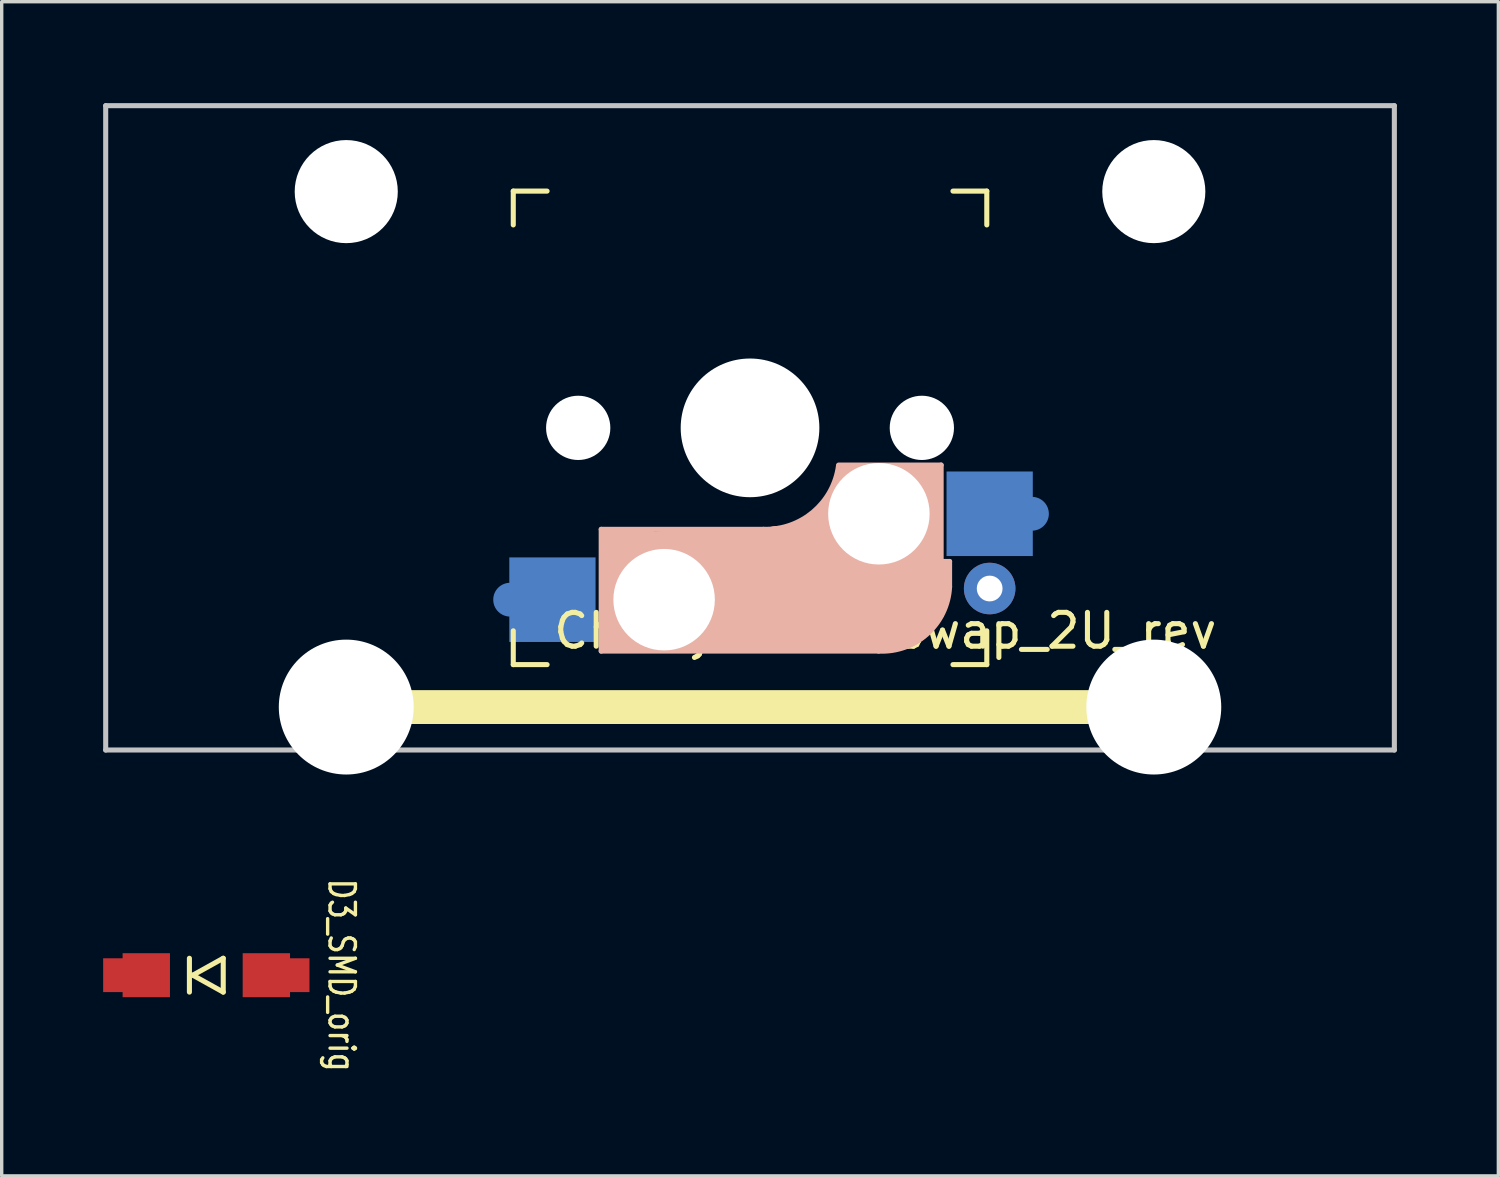
<source format=kicad_pcb>
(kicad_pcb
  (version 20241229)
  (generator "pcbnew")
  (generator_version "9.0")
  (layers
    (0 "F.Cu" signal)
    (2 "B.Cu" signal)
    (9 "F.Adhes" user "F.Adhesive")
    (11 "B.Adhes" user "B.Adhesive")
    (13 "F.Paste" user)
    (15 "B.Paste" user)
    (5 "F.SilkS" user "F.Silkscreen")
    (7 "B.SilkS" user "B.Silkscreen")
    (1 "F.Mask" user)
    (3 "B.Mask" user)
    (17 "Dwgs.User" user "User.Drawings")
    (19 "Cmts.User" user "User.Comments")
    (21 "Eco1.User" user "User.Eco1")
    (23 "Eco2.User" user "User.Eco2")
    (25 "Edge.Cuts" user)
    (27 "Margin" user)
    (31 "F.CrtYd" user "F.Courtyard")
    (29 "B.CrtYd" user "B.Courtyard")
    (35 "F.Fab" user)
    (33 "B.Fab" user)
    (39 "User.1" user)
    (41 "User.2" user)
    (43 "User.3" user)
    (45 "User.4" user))
  (footprint "CherryMX_Hotswap_2U_rev"
    (layer "F.Cu")
    (at 19.125 9.6)
    (property "Reference" "CherryMX_Hotswap_2U_rev" (at 4 6 0) (layer "F.SilkS") (effects (font (size 1 1) (thickness 0.15))))
    (attr through_hole)
    (fp_line (start -10 8.255) (end 10 8.255) (stroke (width 1) (type solid)) (layer "F.SilkS"))
    (fp_line (start -7 -7) (end -6 -7) (stroke (width 0.15) (type solid)) (layer "F.SilkS"))
    (fp_line (start -7 -6) (end -7 -7) (stroke (width 0.15) (type solid)) (layer "F.SilkS"))
    (fp_line (start -7 6) (end -7 7) (stroke (width 0.15) (type solid)) (layer "F.SilkS"))
    (fp_line (start -7 7) (end -6 7) (stroke (width 0.15) (type solid)) (layer "F.SilkS"))
    (fp_line (start 6 7) (end 7 7) (stroke (width 0.15) (type solid)) (layer "F.SilkS"))
    (fp_line (start 7 -7) (end 6 -7) (stroke (width 0.15) (type solid)) (layer "F.SilkS"))
    (fp_line (start 7 -7) (end 7 -6) (stroke (width 0.15) (type solid)) (layer "F.SilkS"))
    (fp_line (start 7 7) (end 7 6) (stroke (width 0.15) (type solid)) (layer "F.SilkS"))
    (fp_line (start -4.4 3) (end -4.4 6.6) (stroke (width 0.15) (type solid)) (layer "B.SilkS"))
    (fp_line (start -4.4 6.6) (end 3.8 6.6) (stroke (width 0.15) (type solid)) (layer "B.SilkS"))
    (fp_line (start -4.38 4) (end -4.38 6.25) (stroke (width 0.15) (type solid)) (layer "B.SilkS"))
    (fp_line (start -4.25 6.4) (end -3 6.4) (stroke (width 0.4) (type solid)) (layer "B.SilkS"))
    (fp_line (start -4.2 3.25) (end -2.9 3.3) (stroke (width 0.5) (type solid)) (layer "B.SilkS"))
    (fp_line (start -3.9 6) (end -3.9 3.5) (stroke (width 1) (type solid)) (layer "B.SilkS"))
    (fp_line (start -2.6 4.8) (end 4.1 4.8) (stroke (width 3.5) (type solid)) (layer "B.SilkS"))
    (fp_line (start 0.4 3) (end -4.4 3) (stroke (width 0.15) (type solid)) (layer "B.SilkS"))
    (fp_line (start 4.17 5.1) (end 4.17 2.86) (stroke (width 3) (type solid)) (layer "B.SilkS"))
    (fp_line (start 5.3 1.6) (end 5.3 3.4) (stroke (width 0.8) (type solid)) (layer "B.SilkS"))
    (fp_line (start 5.45 1.3) (end 3 1.3) (stroke (width 0.5) (type solid)) (layer "B.SilkS"))
    (fp_line (start 5.65 1.1) (end 2.62 1.1) (stroke (width 0.15) (type solid)) (layer "B.SilkS"))
    (fp_line (start 5.65 5.55) (end 5.65 1.1) (stroke (width 0.15) (type solid)) (layer "B.SilkS"))
    (fp_line (start 5.8 4.05) (end 5.8 4.7) (stroke (width 0.3) (type solid)) (layer "B.SilkS"))
    (fp_line (start 5.9 3.95) (end 5.7 3.95) (stroke (width 0.15) (type solid)) (layer "B.SilkS"))
    (fp_line (start 5.9 4.7) (end 5.9 3.95) (stroke (width 0.15) (type solid)) (layer "B.SilkS"))
    (fp_arc (start 2.616318 1.121471) (mid 1.868709 2.486118) (end 0.4 3) (stroke (width 0.15) (type solid)) (layer "B.SilkS"))
    (fp_arc (start 2.99603 1.549409) (mid 2.241598 2.895205) (end 0.783682 3.4) (stroke (width 1) (type solid)) (layer "B.SilkS"))
    (fp_arc (start 5.9 4.699999) (mid 5.243504 6.084924) (end 3.800001 6.6) (stroke (width 0.15) (type solid)) (layer "B.SilkS"))
    (fp_line (start -19.05 -9.525) (end 19.05 -9.525) (stroke (width 0.15) (type solid)) (layer "Dwgs.User"))
    (fp_line (start -19.05 9.525) (end -19.05 -9.525) (stroke (width 0.15) (type solid)) (layer "Dwgs.User"))
    (fp_line (start -19.05 9.525) (end 19.05 9.525) (stroke (width 0.15) (type solid)) (layer "Dwgs.User"))
    (fp_line (start 19.05 -9.525) (end 19.05 9.525) (stroke (width 0.15) (type solid)) (layer "Dwgs.User"))
    (fp_line (start -16.096 -2.298) (end -16.096 0.501) (stroke (width 0.1) (type solid)) (layer "Eco1.User"))
    (fp_line (start -16.096 0.501) (end -15.27 0.501) (stroke (width 0.1) (type solid)) (layer "Eco1.User"))
    (fp_line (start -15.27 -5.528) (end -15.27 -2.298) (stroke (width 0.1) (type solid)) (layer "Eco1.User"))
    (fp_line (start -15.27 -2.298) (end -16.096 -2.298) (stroke (width 0.1) (type solid)) (layer "Eco1.User"))
    (fp_line (start -15.27 0.501) (end -15.27 6.771) (stroke (width 0.1) (type solid)) (layer "Eco1.User"))
    (fp_line (start -15.27 6.771) (end -13.545 6.771) (stroke (width 0.1) (type solid)) (layer "Eco1.User"))
    (fp_line (start -13.545 -6.45) (end -13.545 -5.528) (stroke (width 0.1) (type solid)) (layer "Eco1.User"))
    (fp_line (start -13.545 -5.528) (end -15.27 -5.528) (stroke (width 0.1) (type solid)) (layer "Eco1.User"))
    (fp_line (start -13.545 6.771) (end -13.545 7.752) (stroke (width 0.1) (type solid)) (layer "Eco1.User"))
    (fp_line (start -13.545 7.752) (end -10.246 7.752) (stroke (width 0.1) (type solid)) (layer "Eco1.User"))
    (fp_line (start -10.246 -6.45) (end -13.545 -6.45) (stroke (width 0.1) (type solid)) (layer "Eco1.User"))
    (fp_line (start -10.246 -5.528) (end -10.246 -6.45) (stroke (width 0.1) (type solid)) (layer "Eco1.User"))
    (fp_line (start -10.246 6.771) (end -8.521 6.771) (stroke (width 0.1) (type solid)) (layer "Eco1.User"))
    (fp_line (start -10.246 7.752) (end -10.246 6.771) (stroke (width 0.1) (type solid)) (layer "Eco1.User"))
    (fp_line (start -8.521 -5.528) (end -10.246 -5.528) (stroke (width 0.1) (type solid)) (layer "Eco1.User"))
    (fp_line (start -8.521 -2.298) (end -8.521 -5.528) (stroke (width 0.1) (type solid)) (layer "Eco1.User"))
    (fp_line (start -8.521 2.302) (end -6.995 2.302) (stroke (width 0.1) (type solid)) (layer "Eco1.User"))
    (fp_line (start -8.521 6.771) (end -8.521 2.302) (stroke (width 0.1) (type solid)) (layer "Eco1.User"))
    (fp_line (start -6.995 -6.998) (end -6.995 -2.298) (stroke (width 0.1) (type solid)) (layer "Eco1.User"))
    (fp_line (start -6.995 -2.298) (end -8.521 -2.298) (stroke (width 0.1) (type solid)) (layer "Eco1.User"))
    (fp_line (start -6.995 2.302) (end -6.995 7.001) (stroke (width 0.1) (type solid)) (layer "Eco1.User"))
    (fp_line (start -6.995 7.001) (end 7.004 7.001) (stroke (width 0.1) (type solid)) (layer "Eco1.User"))
    (fp_line (start 7.004 -6.998) (end -6.995 -6.998) (stroke (width 0.1) (type solid)) (layer "Eco1.User"))
    (fp_line (start 7.004 -2.298) (end 7.004 -6.998) (stroke (width 0.1) (type solid)) (layer "Eco1.User"))
    (fp_line (start 7.004 2.302) (end 8.53 2.302) (stroke (width 0.1) (type solid)) (layer "Eco1.User"))
    (fp_line (start 7.004 7.001) (end 2.305 7.001) (stroke (width 0.1) (type solid)) (layer "Eco1.User"))
    (fp_line (start 8.53 -5.528) (end 8.53 -2.298) (stroke (width 0.1) (type solid)) (layer "Eco1.User"))
    (fp_line (start 8.53 -2.298) (end 7.004 -2.298) (stroke (width 0.1) (type solid)) (layer "Eco1.User"))
    (fp_line (start 8.53 2.302) (end 8.53 6.771) (stroke (width 0.1) (type solid)) (layer "Eco1.User"))
    (fp_line (start 8.53 6.771) (end 10.255 6.771) (stroke (width 0.1) (type solid)) (layer "Eco1.User"))
    (fp_line (start 10.255 -6.45) (end 10.255 -5.528) (stroke (width 0.1) (type solid)) (layer "Eco1.User"))
    (fp_line (start 10.255 -5.528) (end 8.53 -5.528) (stroke (width 0.1) (type solid)) (layer "Eco1.User"))
    (fp_line (start 10.255 6.771) (end 10.255 7.752) (stroke (width 0.1) (type solid)) (layer "Eco1.User"))
    (fp_line (start 10.255 7.752) (end 13.554 7.752) (stroke (width 0.1) (type solid)) (layer "Eco1.User"))
    (fp_line (start 13.554 -6.45) (end 10.255 -6.45) (stroke (width 0.1) (type solid)) (layer "Eco1.User"))
    (fp_line (start 13.554 -5.528) (end 13.554 -6.45) (stroke (width 0.1) (type solid)) (layer "Eco1.User"))
    (fp_line (start 13.554 6.771) (end 15.279 6.771) (stroke (width 0.1) (type solid)) (layer "Eco1.User"))
    (fp_line (start 13.554 7.752) (end 13.554 6.771) (stroke (width 0.1) (type solid)) (layer "Eco1.User"))
    (fp_line (start 15.279 -5.528) (end 13.554 -5.528) (stroke (width 0.1) (type solid)) (layer "Eco1.User"))
    (fp_line (start 15.279 -2.298) (end 15.279 -5.528) (stroke (width 0.1) (type solid)) (layer "Eco1.User"))
    (fp_line (start 15.279 0.501) (end 16.105 0.501) (stroke (width 0.1) (type solid)) (layer "Eco1.User"))
    (fp_line (start 15.279 6.771) (end 15.279 0.501) (stroke (width 0.1) (type solid)) (layer "Eco1.User"))
    (fp_line (start 16.105 -2.298) (end 15.279 -2.298) (stroke (width 0.1) (type solid)) (layer "Eco1.User"))
    (fp_line (start 16.105 0.501) (end 16.105 -2.298) (stroke (width 0.1) (type solid)) (layer "Eco1.User"))
    (fp_line (start 0 0) (end -8.26 0) (stroke (width 0.05) (type solid)) (layer "Eco2.User"))
    (fp_line (start 0 0) (end 0 -5) (stroke (width 0.05) (type solid)) (layer "Eco2.User"))
    (pad "" np_thru_hole circle (at -11.938 -6.985) (size 3.048 3.048) (drill 3.048) (layers "*.Cu" "*.Mask"))
    (pad "" np_thru_hole circle (at -11.938 8.255) (size 3.988 3.988) (drill 3.988) (layers "*.Cu" "*.Mask"))
    (pad "" np_thru_hole circle (at -5.08 0 180) (size 1.9 1.9) (drill 1.9) (layers "*.Cu" "*.Mask"))
    (pad "" np_thru_hole circle (at -2.54 5.08 180) (size 3 3) (drill 3) (layers "*.Cu" "*.Mask"))
    (pad "" np_thru_hole circle (at 0 0 270) (size 4.1 4.1) (drill 4.1) (layers "*.Cu" "*.Mask"))
    (pad "" np_thru_hole circle (at 3.81 2.54 180) (size 3 3) (drill 3) (layers "*.Cu" "*.Mask"))
    (pad "" np_thru_hole circle (at 5.08 0 180) (size 1.9 1.9) (drill 1.9) (layers "*.Cu" "*.Mask"))
    (pad "" np_thru_hole circle (at 11.938 -6.985) (size 3.048 3.048) (drill 3.048) (layers "*.Cu" "*.Mask"))
    (pad "" np_thru_hole circle (at 11.938 8.255) (size 3.988 3.988) (drill 3.988) (layers "*.Cu" "*.Mask"))
    (pad "1" smd custom (at 7.085 2.54) (size 2.55 2.5) (layers "B.Cu" "B.Mask" "B.Paste") (options (anchor rect)) (primitives))
    (pad "1" thru_hole circle (at 7.085 4.75 180) (size 1.524 1.524) (drill 0.762) (layers "*.Cu" "*.Mask"))
    (pad "1" smd circle (at 8.335 2.54) (size 1 1) (layers "B.Cu" "B.Mask" "B.Paste"))
    (pad "2" smd circle (at -7.092 5.08 180) (size 1 1) (layers "B.Cu" "B.Mask" "B.Paste"))
    (pad "2" smd custom (at -5.842 5.08 180) (size 2.55 2.5) (layers "B.Cu" "B.Mask" "B.Paste") (options (anchor rect)) (primitives)))
  (footprint "D3_SMD_orig"
    (layer "F.Cu")
    (at 3.05 25.782)
    (property "Reference" "D3_SMD_orig" (at 4 0 270) (unlocked yes) (layer "F.SilkS") (effects (font (size 0.75 0.6) (thickness 0.1))))
    (attr through_hole)
    (fp_line (start -0.5 -0.5) (end -0.5 0.5) (stroke (width 0.15) (type solid)) (layer "F.SilkS"))
    (fp_line (start -0.4 0) (end 0.5 -0.5) (stroke (width 0.15) (type solid)) (layer "F.SilkS"))
    (fp_line (start 0.5 -0.5) (end 0.5 0.5) (stroke (width 0.15) (type solid)) (layer "F.SilkS"))
    (fp_line (start 0.5 0.5) (end -0.4 0) (stroke (width 0.15) (type solid)) (layer "F.SilkS"))
    (pad "1" smd custom (at -2.75 0) (size 0.6 1) (layers "F.Cu" "F.Mask") (options (anchor rect)) (primitives))
    (pad "1" smd custom (at -1.775 0 180) (size 1.4 1.3) (layers "F.Cu" "F.Mask" "F.Paste") (options (anchor rect)) (primitives))
    (pad "2" smd custom (at 1.775 0 180) (size 1.4 1.3) (layers "F.Cu" "F.Mask" "F.Paste") (options (anchor rect)) (primitives))
    (pad "2" smd custom (at 2.75 0) (size 0.6 1) (layers "F.Cu" "F.Mask") (options (anchor rect)) (primitives)))
  (gr_rect
    (start -3 -3)
    (end 41.25 31.715)
    (stroke (width 0.1) (type default))
    (fill no)
    (layer "Edge.Cuts")))
</source>
